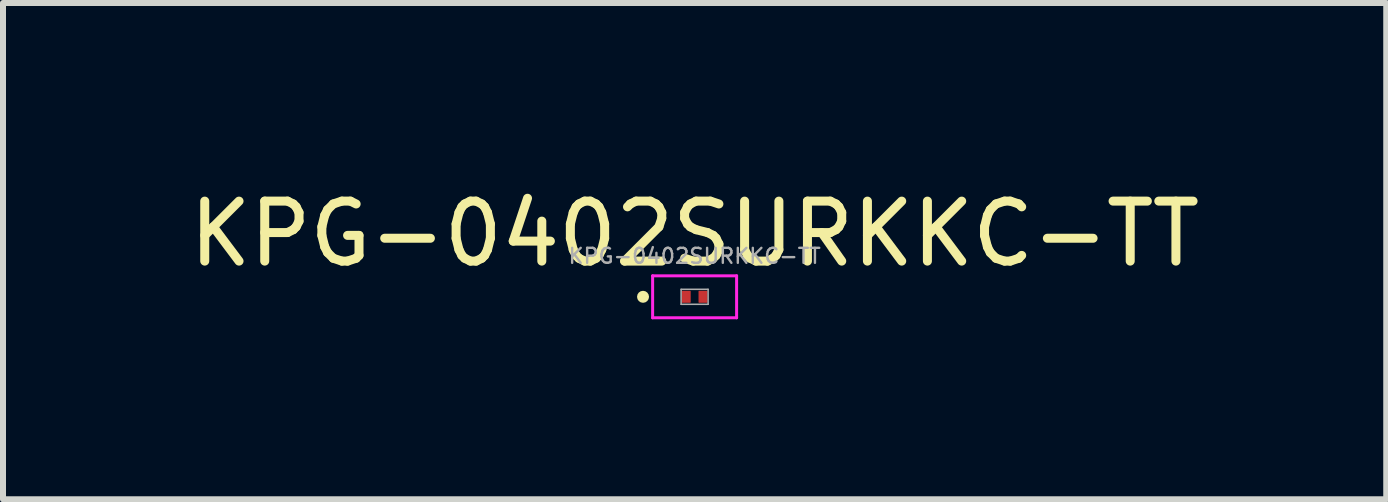
<source format=kicad_pcb>
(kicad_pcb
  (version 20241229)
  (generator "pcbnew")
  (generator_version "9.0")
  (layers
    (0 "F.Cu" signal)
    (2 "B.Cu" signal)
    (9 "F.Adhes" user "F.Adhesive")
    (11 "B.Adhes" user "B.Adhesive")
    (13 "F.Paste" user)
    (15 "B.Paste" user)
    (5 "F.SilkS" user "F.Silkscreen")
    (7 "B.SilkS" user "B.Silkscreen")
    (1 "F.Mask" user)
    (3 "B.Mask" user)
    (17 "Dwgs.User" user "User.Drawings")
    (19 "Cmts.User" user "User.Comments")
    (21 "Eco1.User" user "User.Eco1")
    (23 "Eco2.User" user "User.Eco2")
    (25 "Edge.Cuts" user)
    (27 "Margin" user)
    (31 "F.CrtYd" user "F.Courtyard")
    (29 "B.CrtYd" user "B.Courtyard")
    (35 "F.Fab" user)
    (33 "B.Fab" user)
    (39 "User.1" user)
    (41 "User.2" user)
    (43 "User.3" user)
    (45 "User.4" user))
  (footprint "KPG-0402SURKKC-TT"
    (layer "F.Cu")
    (at 8.53 1.898)
    (property "Reference" "KPG-0402SURKKC-TT" (at 0 -1.05 0) (layer "F.SilkS") (effects (font (size 1 1) (thickness 0.15))))
    (attr smd)
    (fp_circle (center -0.86 0) (end -0.81 0) (stroke (width 0.1) (type solid)) (fill no) (layer "F.SilkS"))
    (fp_line (start -0.7 -0.35) (end 0.7 -0.35) (stroke (width 0.05) (type solid)) (layer "F.CrtYd"))
    (fp_line (start -0.7 0.35) (end -0.7 -0.35) (stroke (width 0.05) (type solid)) (layer "F.CrtYd"))
    (fp_line (start 0.7 -0.35) (end 0.7 0.35) (stroke (width 0.05) (type solid)) (layer "F.CrtYd"))
    (fp_line (start 0.7 0.35) (end -0.7 0.35) (stroke (width 0.05) (type solid)) (layer "F.CrtYd"))
    (fp_line (start -0.225 -0.125) (end -0.225 0.125) (stroke (width 0.025) (type solid)) (layer "F.Fab"))
    (fp_line (start -0.225 -0.125) (end 0.225 -0.125) (stroke (width 0.025) (type solid)) (layer "F.Fab"))
    (fp_line (start -0.225 0.125) (end 0.225 0.125) (stroke (width 0.025) (type solid)) (layer "F.Fab"))
    (fp_line (start 0.225 -0.125) (end 0.225 0.125) (stroke (width 0.025) (type solid)) (layer "F.Fab"))
    (fp_text user "${REFERENCE}" (at 0 -0.68 0) (layer "F.Fab") (effects (font (size 0.25 0.25) (thickness 0.04))))
    (pad "" smd roundrect (at -0.14 0) (size 0.15 0.2) (layers "F.Mask") (roundrect_rratio 0.067))
    (pad "" smd roundrect (at -0.122 0) (size 0.1 0.17) (layers "F.Paste") (roundrect_rratio 0.25))
    (pad "" smd roundrect (at 0.122 0) (size 0.1 0.17) (layers "F.Paste") (roundrect_rratio 0.25))
    (pad "" smd roundrect (at 0.14 0) (size 0.15 0.2) (layers "F.Mask") (roundrect_rratio 0.067))
    (pad "1" smd roundrect (at -0.14 0) (size 0.15 0.2) (layers "F.Cu" "F.Mask") (roundrect_rratio 0.067))
    (pad "2" smd roundrect (at 0.14 0) (size 0.15 0.2) (layers "F.Cu" "F.Mask") (roundrect_rratio 0.067)))
  (gr_rect
    (start -3 -3)
    (end 20.06 5.273)
    (stroke (width 0.1) (type default))
    (fill no)
    (layer "Edge.Cuts")))
</source>
